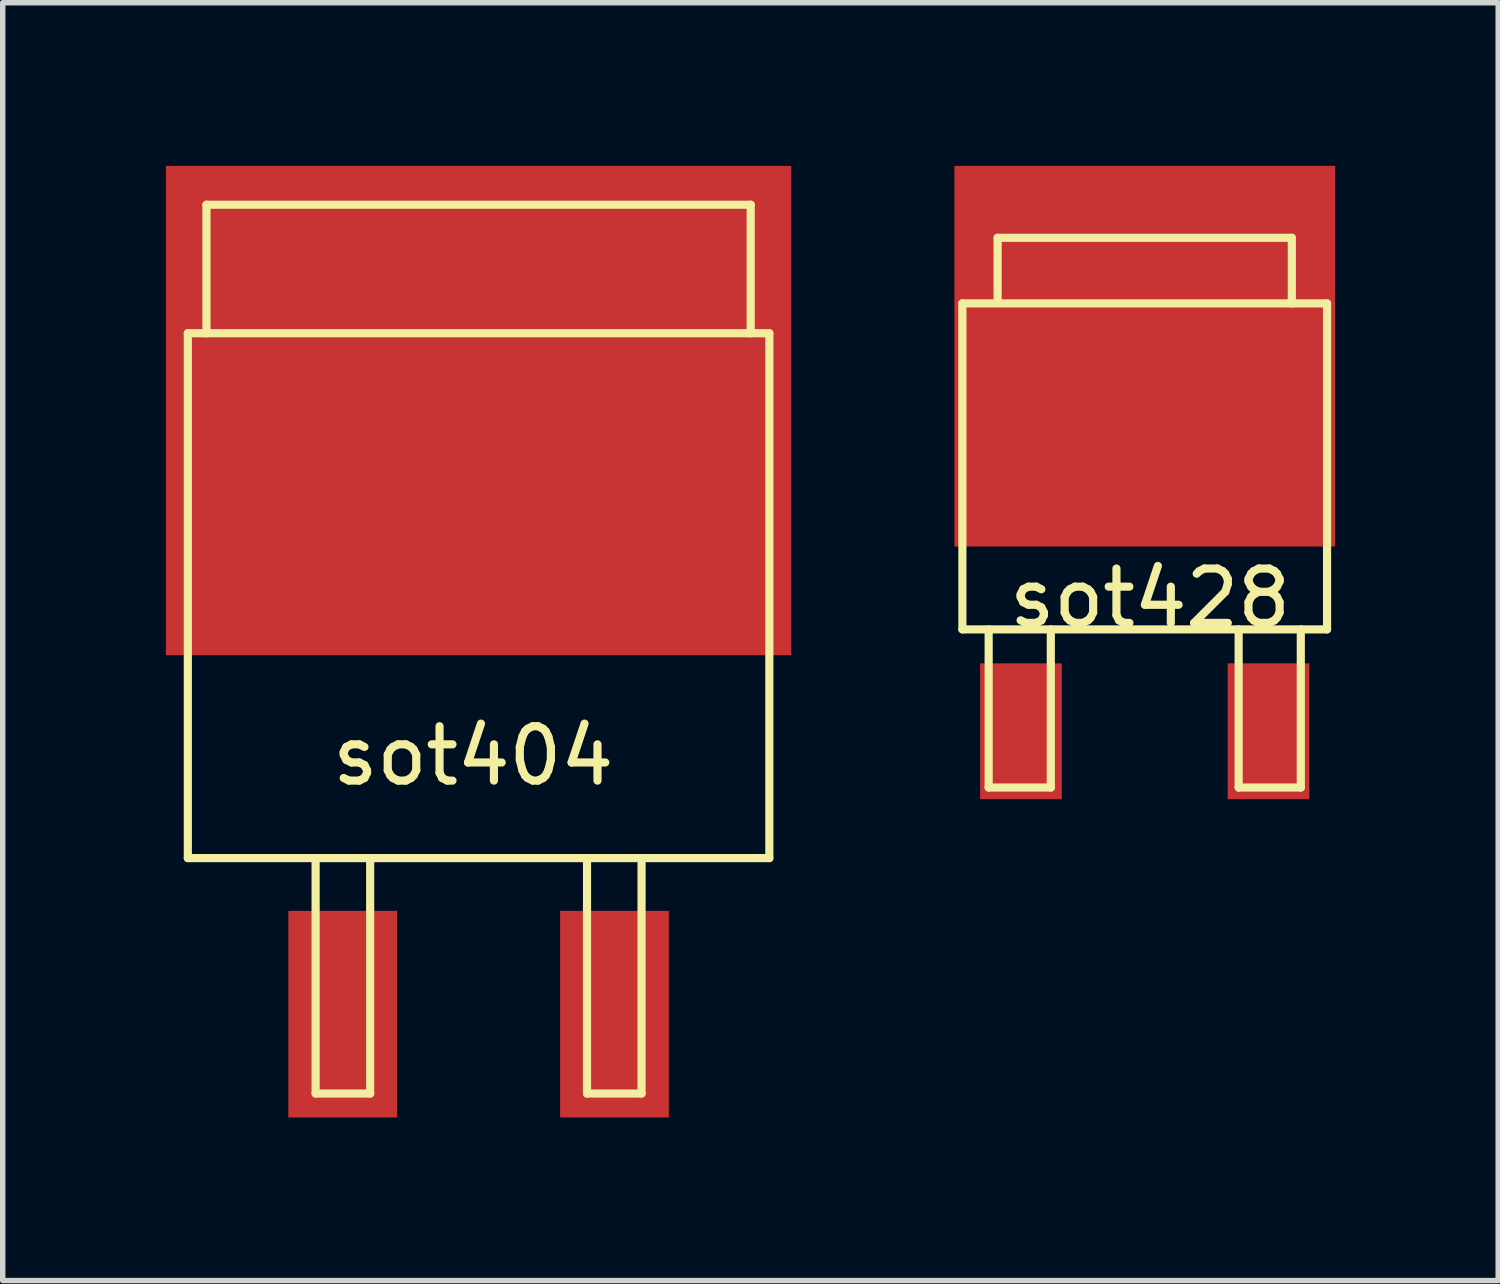
<source format=kicad_pcb>
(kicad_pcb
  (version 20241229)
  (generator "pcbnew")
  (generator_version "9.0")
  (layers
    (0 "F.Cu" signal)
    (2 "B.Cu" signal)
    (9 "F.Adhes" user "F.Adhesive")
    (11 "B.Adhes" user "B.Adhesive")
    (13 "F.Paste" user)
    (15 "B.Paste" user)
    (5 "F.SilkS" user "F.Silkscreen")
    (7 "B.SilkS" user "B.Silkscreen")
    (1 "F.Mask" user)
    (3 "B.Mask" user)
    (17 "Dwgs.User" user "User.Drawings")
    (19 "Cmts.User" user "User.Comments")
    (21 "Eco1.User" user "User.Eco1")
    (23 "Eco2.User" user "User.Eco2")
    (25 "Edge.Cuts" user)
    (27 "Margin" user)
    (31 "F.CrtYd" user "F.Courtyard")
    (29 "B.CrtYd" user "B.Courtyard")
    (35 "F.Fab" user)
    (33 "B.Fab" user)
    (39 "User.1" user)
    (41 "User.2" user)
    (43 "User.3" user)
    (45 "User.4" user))
  (footprint "sot428"
    (layer "F.Cu")
    (at 18.001 6.949)
    (property "Reference" "sot428" (at 0.099 1.001 0) (layer "F.SilkS") (effects (font (size 1 1) (thickness 0.15))))
    (attr smd)
    (fp_line (start -3.353 -4.42) (end -3.353 1.575) (stroke (width 0.15) (type solid)) (layer "F.SilkS"))
    (fp_line (start -2.87 1.575) (end -2.87 4.483) (stroke (width 0.15) (type solid)) (layer "F.SilkS"))
    (fp_line (start -2.87 4.483) (end -1.727 4.483) (stroke (width 0.15) (type solid)) (layer "F.SilkS"))
    (fp_line (start -2.705 -5.626) (end 2.705 -5.626) (stroke (width 0.15) (type solid)) (layer "F.SilkS"))
    (fp_line (start -2.705 -4.432) (end -2.705 -5.626) (stroke (width 0.15) (type solid)) (layer "F.SilkS"))
    (fp_line (start -1.727 4.483) (end -1.727 1.575) (stroke (width 0.15) (type solid)) (layer "F.SilkS"))
    (fp_line (start 1.727 1.575) (end 1.727 4.483) (stroke (width 0.15) (type solid)) (layer "F.SilkS"))
    (fp_line (start 1.727 4.483) (end 2.87 4.483) (stroke (width 0.15) (type solid)) (layer "F.SilkS"))
    (fp_line (start 2.705 -5.626) (end 2.705 -4.42) (stroke (width 0.15) (type solid)) (layer "F.SilkS"))
    (fp_line (start 2.87 4.483) (end 2.87 1.575) (stroke (width 0.15) (type solid)) (layer "F.SilkS"))
    (fp_line (start 3.353 -4.42) (end -3.353 -4.42) (stroke (width 0.15) (type solid)) (layer "F.SilkS"))
    (fp_line (start 3.353 1.575) (end -3.353 1.575) (stroke (width 0.15) (type solid)) (layer "F.SilkS"))
    (fp_line (start 3.353 1.575) (end 3.353 -4.42) (stroke (width 0.15) (type solid)) (layer "F.SilkS"))
    (pad "1" smd rect (at -2.276 3.449) (size 1.501 2.499) (layers "F.Cu" "F.Mask" "F.Paste"))
    (pad "2" smd rect (at 0 -3.449) (size 7 7) (layers "F.Cu" "F.Mask" "F.Paste"))
    (pad "3" smd rect (at 2.276 3.449) (size 1.501 2.499) (layers "F.Cu" "F.Mask" "F.Paste")))
  (footprint "sot404"
    (layer "F.Cu")
    (at 5.751 10.05)
    (property "Reference" "sot404" (at -0.099 0.8 0) (layer "F.SilkS") (effects (font (size 1 1) (thickness 0.15))))
    (attr smd)
    (fp_line (start -5.347 -6.972) (end 5.347 -6.972) (stroke (width 0.15) (type solid)) (layer "F.SilkS"))
    (fp_line (start -5.347 2.68) (end -5.347 -6.972) (stroke (width 0.15) (type solid)) (layer "F.SilkS"))
    (fp_line (start -5.004 -9.335) (end 5.004 -9.335) (stroke (width 0.15) (type solid)) (layer "F.SilkS"))
    (fp_line (start -5.004 -6.972) (end -5.004 -9.335) (stroke (width 0.15) (type solid)) (layer "F.SilkS"))
    (fp_line (start -2.997 2.68) (end -2.997 7.01) (stroke (width 0.15) (type solid)) (layer "F.SilkS"))
    (fp_line (start -2.997 7.01) (end -1.994 7.01) (stroke (width 0.15) (type solid)) (layer "F.SilkS"))
    (fp_line (start -1.994 7.01) (end -1.994 2.68) (stroke (width 0.15) (type solid)) (layer "F.SilkS"))
    (fp_line (start 1.994 2.68) (end 1.994 7.01) (stroke (width 0.15) (type solid)) (layer "F.SilkS"))
    (fp_line (start 1.994 7.01) (end 2.997 7.01) (stroke (width 0.15) (type solid)) (layer "F.SilkS"))
    (fp_line (start 2.997 7.01) (end 2.997 2.68) (stroke (width 0.15) (type solid)) (layer "F.SilkS"))
    (fp_line (start 5.004 -9.335) (end 5.004 -6.972) (stroke (width 0.15) (type solid)) (layer "F.SilkS"))
    (fp_line (start 5.347 -6.972) (end 5.347 2.68) (stroke (width 0.15) (type solid)) (layer "F.SilkS"))
    (fp_line (start 5.347 2.68) (end -5.347 2.68) (stroke (width 0.15) (type solid)) (layer "F.SilkS"))
    (pad "1" smd rect (at -2.499 5.55) (size 1.999 3.8) (layers "F.Cu" "F.Mask" "F.Paste"))
    (pad "2" smd rect (at 0 -5.55) (size 11.501 8.999) (layers "F.Cu" "F.Mask" "F.Paste"))
    (pad "3" smd rect (at 2.499 5.55) (size 1.999 3.8) (layers "F.Cu" "F.Mask" "F.Paste")))
  (gr_rect
    (start -3 -3)
    (end 24.501 20.499)
    (stroke (width 0.1) (type default))
    (fill no)
    (layer "Edge.Cuts")))
</source>
